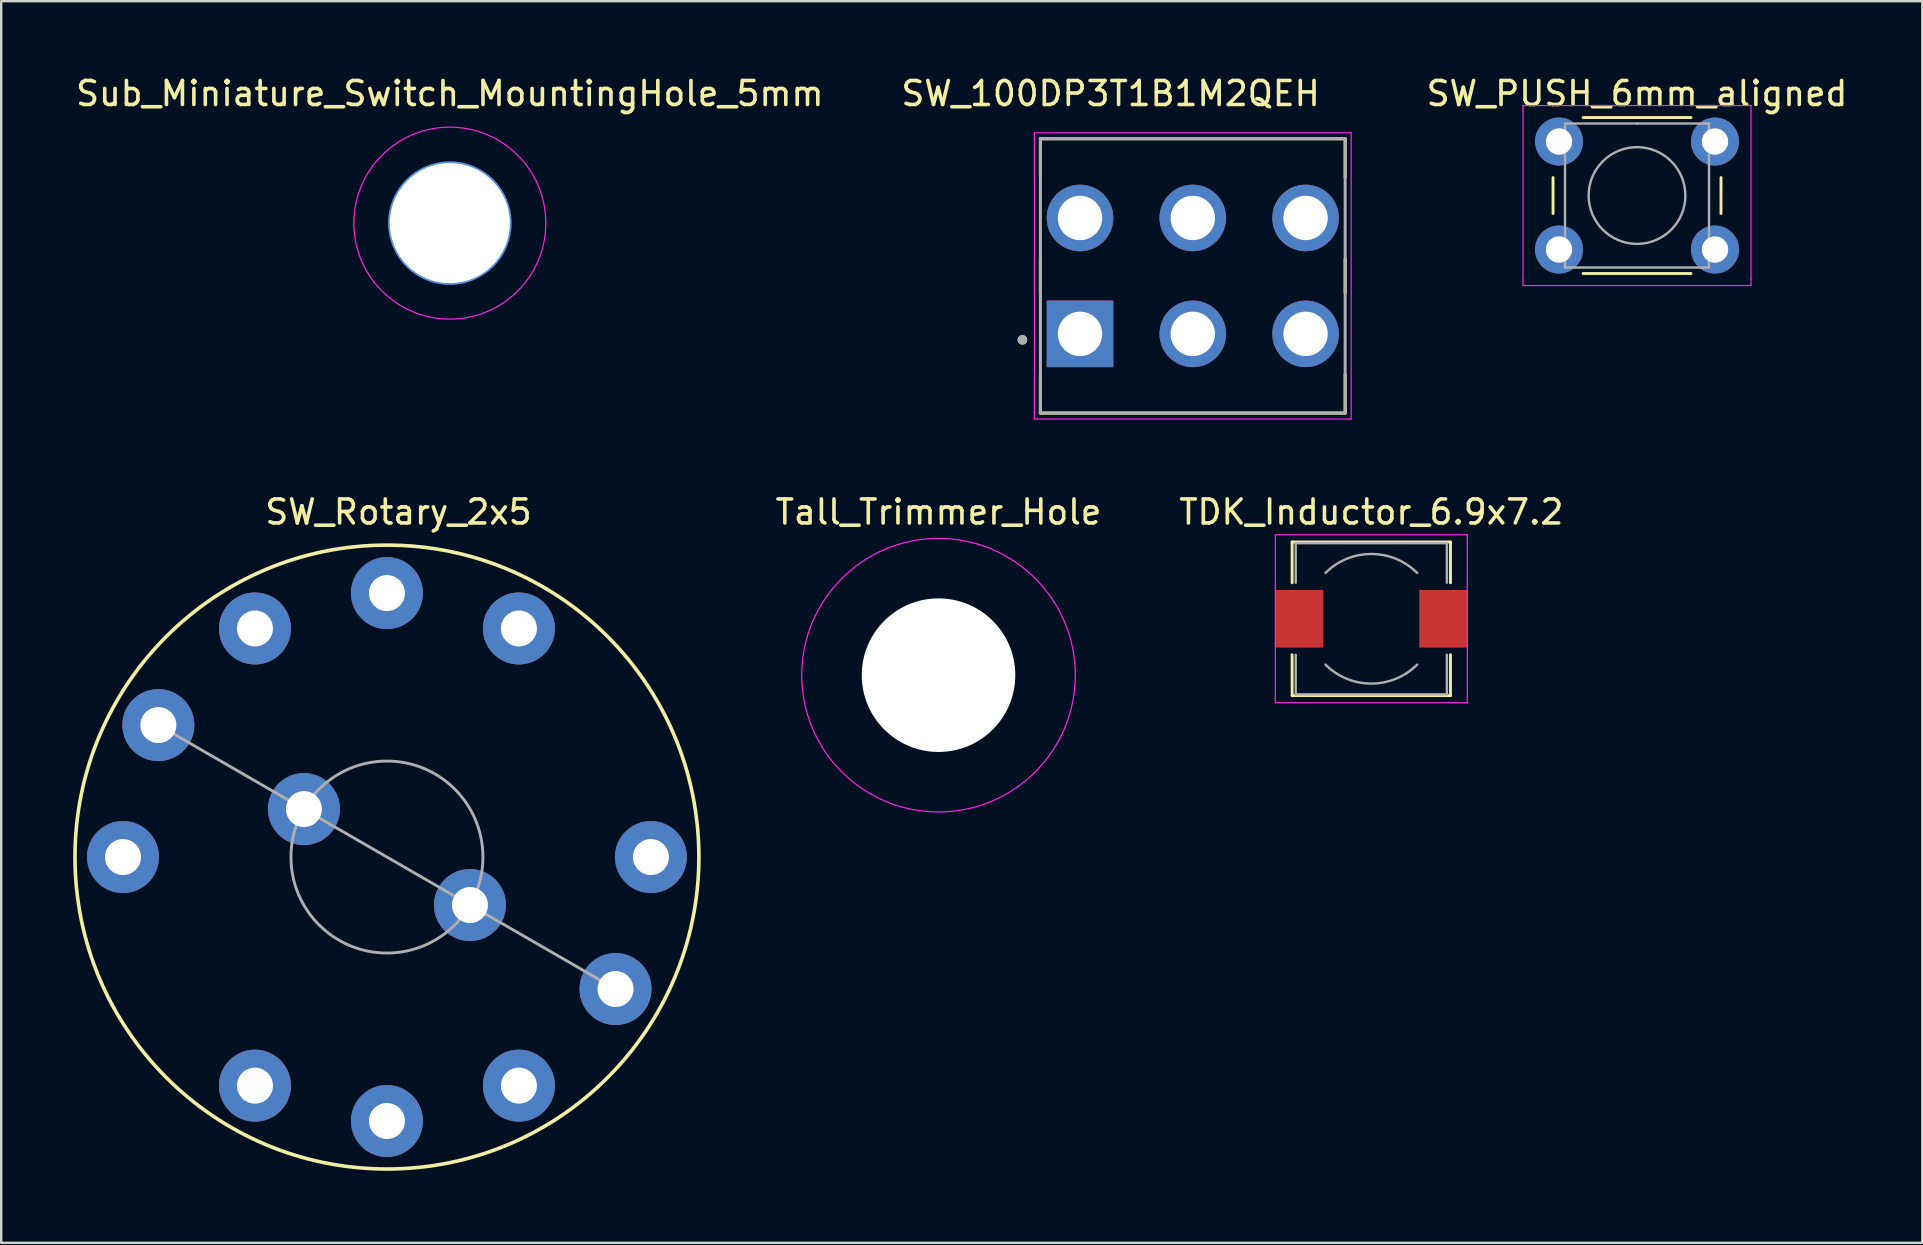
<source format=kicad_pcb>
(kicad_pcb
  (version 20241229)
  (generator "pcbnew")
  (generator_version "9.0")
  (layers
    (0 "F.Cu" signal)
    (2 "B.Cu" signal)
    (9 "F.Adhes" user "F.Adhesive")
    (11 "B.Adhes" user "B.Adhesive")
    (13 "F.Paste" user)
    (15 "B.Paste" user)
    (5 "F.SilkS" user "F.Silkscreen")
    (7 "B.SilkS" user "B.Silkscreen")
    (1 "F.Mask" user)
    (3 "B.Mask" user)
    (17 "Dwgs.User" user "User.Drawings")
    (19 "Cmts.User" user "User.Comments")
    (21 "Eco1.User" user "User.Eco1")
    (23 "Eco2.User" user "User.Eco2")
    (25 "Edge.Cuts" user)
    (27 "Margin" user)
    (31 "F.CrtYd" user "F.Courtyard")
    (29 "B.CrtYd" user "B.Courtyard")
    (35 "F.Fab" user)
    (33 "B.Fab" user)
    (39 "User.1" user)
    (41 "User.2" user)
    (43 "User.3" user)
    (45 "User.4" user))
  (footprint "SW_PUSH_6mm_aligned"
    (layer "F.Cu")
    (at 65.169 5.098)
    (property "Reference" "SW_PUSH_6mm_aligned" (at 0 -4.25 0) (layer "F.SilkS") (effects (font (size 1 1) (thickness 0.15))))
    (attr through_hole)
    (fp_line (start -3.5 -0.75) (end -3.5 0.75) (stroke (width 0.12) (type solid)) (layer "F.SilkS"))
    (fp_line (start -2.25 3.25) (end 2.25 3.25) (stroke (width 0.12) (type solid)) (layer "F.SilkS"))
    (fp_line (start 2.25 -3.25) (end -2.25 -3.25) (stroke (width 0.12) (type solid)) (layer "F.SilkS"))
    (fp_line (start 3.5 0.75) (end 3.5 -0.75) (stroke (width 0.12) (type solid)) (layer "F.SilkS"))
    (fp_line (start -4.75 -3.75) (end -4.5 -3.75) (stroke (width 0.05) (type solid)) (layer "F.CrtYd"))
    (fp_line (start -4.75 -3.5) (end -4.75 -3.75) (stroke (width 0.05) (type solid)) (layer "F.CrtYd"))
    (fp_line (start -4.75 3.5) (end -4.75 -3.5) (stroke (width 0.05) (type solid)) (layer "F.CrtYd"))
    (fp_line (start -4.75 3.5) (end -4.75 3.75) (stroke (width 0.05) (type solid)) (layer "F.CrtYd"))
    (fp_line (start -4.75 3.75) (end -4.5 3.75) (stroke (width 0.05) (type solid)) (layer "F.CrtYd"))
    (fp_line (start -4.5 -3.75) (end 4.5 -3.75) (stroke (width 0.05) (type solid)) (layer "F.CrtYd"))
    (fp_line (start 4.5 -3.75) (end 4.75 -3.75) (stroke (width 0.05) (type solid)) (layer "F.CrtYd"))
    (fp_line (start 4.5 3.75) (end -4.5 3.75) (stroke (width 0.05) (type solid)) (layer "F.CrtYd"))
    (fp_line (start 4.5 3.75) (end 4.75 3.75) (stroke (width 0.05) (type solid)) (layer "F.CrtYd"))
    (fp_line (start 4.75 -3.75) (end 4.75 -3.5) (stroke (width 0.05) (type solid)) (layer "F.CrtYd"))
    (fp_line (start 4.75 -3.5) (end 4.75 3.5) (stroke (width 0.05) (type solid)) (layer "F.CrtYd"))
    (fp_line (start 4.75 3.75) (end 4.75 3.5) (stroke (width 0.05) (type solid)) (layer "F.CrtYd"))
    (fp_line (start -3 -3) (end 0 -3) (stroke (width 0.1) (type solid)) (layer "F.Fab"))
    (fp_line (start -3 3) (end -3 -3) (stroke (width 0.1) (type solid)) (layer "F.Fab"))
    (fp_line (start 0 -3) (end 3 -3) (stroke (width 0.1) (type solid)) (layer "F.Fab"))
    (fp_line (start 3 -3) (end 3 3) (stroke (width 0.1) (type solid)) (layer "F.Fab"))
    (fp_line (start 3 3) (end -3 3) (stroke (width 0.1) (type solid)) (layer "F.Fab"))
    (fp_circle (center 0 0) (end -2 0.25) (stroke (width 0.1) (type solid)) (fill no) (layer "F.Fab"))
    (pad "1" thru_hole circle (at -3.25 -2.25 90) (size 2 2) (drill 1.1) (layers "*.Cu" "*.Mask"))
    (pad "1" thru_hole circle (at 3.25 -2.25 90) (size 2 2) (drill 1.1) (layers "*.Cu" "*.Mask"))
    (pad "2" thru_hole circle (at -3.25 2.25 90) (size 2 2) (drill 1.1) (layers "*.Cu" "*.Mask"))
    (pad "2" thru_hole circle (at 3.25 2.25 90) (size 2 2) (drill 1.1) (layers "*.Cu" "*.Mask")))
  (footprint "TDK_Inductor_6.9x7.2"
    (layer "F.Cu")
    (at 54.096 22.736)
    (property "Reference" "TDK_Inductor_6.9x7.2" (at 0 -4.45 0) (layer "F.SilkS") (effects (font (size 1 1) (thickness 0.15))))
    (attr smd)
    (fp_line (start -3.3 -3.2) (end 3.3 -3.2) (stroke (width 0.12) (type solid)) (layer "F.SilkS"))
    (fp_line (start -3.3 -1.5) (end -3.3 -3.2) (stroke (width 0.12) (type solid)) (layer "F.SilkS"))
    (fp_line (start -3.3 3.2) (end -3.3 1.5) (stroke (width 0.12) (type solid)) (layer "F.SilkS"))
    (fp_line (start 3.3 -3.2) (end 3.3 -1.5) (stroke (width 0.12) (type solid)) (layer "F.SilkS"))
    (fp_line (start 3.3 1.5) (end 3.3 3.2) (stroke (width 0.12) (type solid)) (layer "F.SilkS"))
    (fp_line (start 3.3 3.2) (end -3.3 3.2) (stroke (width 0.12) (type solid)) (layer "F.SilkS"))
    (fp_line (start -4 -3.5) (end -4 3.5) (stroke (width 0.05) (type solid)) (layer "F.CrtYd"))
    (fp_line (start -4 3.5) (end 4 3.5) (stroke (width 0.05) (type solid)) (layer "F.CrtYd"))
    (fp_line (start 4 -3.5) (end -4 -3.5) (stroke (width 0.05) (type solid)) (layer "F.CrtYd"))
    (fp_line (start 4 3.5) (end 4 -3.5) (stroke (width 0.05) (type solid)) (layer "F.CrtYd"))
    (fp_line (start -3.15 -3.15) (end -3.15 -1.5) (stroke (width 0.1) (type solid)) (layer "F.Fab"))
    (fp_line (start -3.15 -3.15) (end 3.15 -3.15) (stroke (width 0.1) (type solid)) (layer "F.Fab"))
    (fp_line (start -3.15 3.15) (end -3.15 1.5) (stroke (width 0.1) (type solid)) (layer "F.Fab"))
    (fp_line (start -3.15 3.15) (end 3.15 3.15) (stroke (width 0.1) (type solid)) (layer "F.Fab"))
    (fp_line (start 3.15 -3.15) (end 3.15 -1.5) (stroke (width 0.1) (type solid)) (layer "F.Fab"))
    (fp_line (start 3.15 3.15) (end 3.15 1.5) (stroke (width 0.1) (type solid)) (layer "F.Fab"))
    (fp_arc (start -1.91 -1.91) (mid 0 -2.701148) (end 1.91 -1.91) (stroke (width 0.1) (type solid)) (layer "F.Fab"))
    (fp_arc (start 1.91 1.91) (mid 0 2.701148) (end -1.91 1.91) (stroke (width 0.1) (type solid)) (layer "F.Fab"))
    (pad "1" smd rect (at -3 0) (size 2 2.4) (layers "F.Cu" "F.Mask" "F.Paste"))
    (pad "2" smd rect (at 3 0) (size 2 2.4) (layers "F.Cu" "F.Mask" "F.Paste")))
  (footprint "Tall_Trimmer_Hole"
    (layer "F.Cu")
    (at 36.061 25.087)
    (property "Reference" "Tall_Trimmer_Hole" (at 0 -6.8 0) (layer "F.SilkS") (effects (font (size 1 1) (thickness 0.15))))
    (attr through_hole)
    (fp_circle (center 0 0) (end 5.7 0) (stroke (width 0.05) (type solid)) (fill no) (layer "F.CrtYd"))
    (pad "" np_thru_hole circle (at 0 0) (size 6.4 6.4) (drill 6.4) (layers "*.Cu" "*.Mask")))
  (footprint "SW_Rotary_2x5"
    (layer "F.Cu")
    (at 2.075 32.666)
    (property "Reference" "SW_Rotary_2x5" (at 11.48 -14.38 0) (layer "F.SilkS") (effects (font (size 1 1) (thickness 0.15))))
    (attr through_hole)
    (fp_circle (center 11 0) (end 24 0) (stroke (width 0.15) (type solid)) (fill no) (layer "F.SilkS"))
    (fp_line (start 1.474 -5.5) (end 20.526 5.5) (stroke (width 0.12) (type solid)) (layer "F.Fab"))
    (fp_circle (center 11 0) (end 15 0) (stroke (width 0.12) (type solid)) (fill no) (layer "F.Fab"))
    (pad "1" thru_hole circle (at 0 0) (size 3 3) (drill 1.5) (layers "*.Cu" "*.Mask"))
    (pad "2" thru_hole circle (at 1.474 -5.5) (size 3 3) (drill 1.5) (layers "*.Cu" "*.Mask"))
    (pad "3" thru_hole circle (at 5.5 -9.526) (size 3 3) (drill 1.5) (layers "*.Cu" "*.Mask"))
    (pad "4" thru_hole circle (at 11 -11) (size 3 3) (drill 1.5) (layers "*.Cu" "*.Mask"))
    (pad "5" thru_hole circle (at 16.5 -9.526) (size 3 3) (drill 1.5) (layers "*.Cu" "*.Mask"))
    (pad "7" thru_hole circle (at 22 0) (size 3 3) (drill 1.5) (layers "*.Cu" "*.Mask"))
    (pad "8" thru_hole circle (at 20.526 5.5) (size 3 3) (drill 1.5) (layers "*.Cu" "*.Mask"))
    (pad "9" thru_hole circle (at 16.5 9.526) (size 3 3) (drill 1.5) (layers "*.Cu" "*.Mask"))
    (pad "10" thru_hole circle (at 11 11) (size 3 3) (drill 1.5) (layers "*.Cu" "*.Mask"))
    (pad "11" thru_hole circle (at 5.5 9.526) (size 3 3) (drill 1.5) (layers "*.Cu" "*.Mask"))
    (pad "A" thru_hole circle (at 7.54 -2) (size 3 3) (drill 1.5) (layers "*.Cu" "*.Mask"))
    (pad "C" thru_hole circle (at 14.46 2) (size 3 3) (drill 1.5) (layers "*.Cu" "*.Mask")))
  (footprint "Sub_Miniature_Switch_MountingHole_5mm"
    (layer "F.Cu")
    (at 15.696 6.248)
    (property "Reference" "Sub_Miniature_Switch_MountingHole_5mm" (at 0 -5.4 0) (layer "F.SilkS") (effects (font (size 1 1) (thickness 0.15))))
    (attr through_hole)
    (fp_circle (center 0 0) (end 2.5 0) (stroke (width 0.15) (type solid)) (fill no) (layer "Cmts.User"))
    (fp_circle (center 0 0) (end 4 0) (stroke (width 0.05) (type solid)) (fill no) (layer "F.CrtYd"))
    (pad "" np_thru_hole circle (at 0 0) (size 5 5) (drill 5) (layers "*.Cu" "*.Mask")))
  (footprint "SW_100DP3T1B1M2QEH"
    (layer "F.Cu")
    (at 46.657 8.448)
    (property "Reference" "SW_100DP3T1B1M2QEH" (at -3.425 -7.6 0) (layer "F.SilkS") (effects (font (size 1 1) (thickness 0.15))))
    (attr through_hole)
    (fp_line (start -6.35 -5.715) (end 6.35 -5.715) (stroke (width 0.127) (type solid)) (layer "F.SilkS"))
    (fp_line (start -6.35 -4.122) (end -6.35 -5.715) (stroke (width 0.127) (type solid)) (layer "F.SilkS"))
    (fp_line (start -6.35 -0.708) (end -6.35 0.708) (stroke (width 0.127) (type solid)) (layer "F.SilkS"))
    (fp_line (start -6.35 5.715) (end -6.35 4.122) (stroke (width 0.127) (type solid)) (layer "F.SilkS"))
    (fp_line (start 6.35 -5.715) (end 6.35 -4.122) (stroke (width 0.127) (type solid)) (layer "F.SilkS"))
    (fp_line (start 6.35 -0.708) (end 6.35 0.708) (stroke (width 0.127) (type solid)) (layer "F.SilkS"))
    (fp_line (start 6.35 5.715) (end -6.35 5.715) (stroke (width 0.127) (type solid)) (layer "F.SilkS"))
    (fp_line (start 6.35 5.715) (end 6.35 4.122) (stroke (width 0.127) (type solid)) (layer "F.SilkS"))
    (fp_circle (center -7.1 2.665) (end -7 2.665) (stroke (width 0.2) (type solid)) (fill no) (layer "F.SilkS"))
    (fp_line (start -6.6 -5.965) (end -6.6 5.965) (stroke (width 0.05) (type solid)) (layer "F.CrtYd"))
    (fp_line (start -6.6 5.965) (end 6.6 5.965) (stroke (width 0.05) (type solid)) (layer "F.CrtYd"))
    (fp_line (start 6.6 -5.965) (end -6.6 -5.965) (stroke (width 0.05) (type solid)) (layer "F.CrtYd"))
    (fp_line (start 6.6 5.965) (end 6.6 -5.965) (stroke (width 0.05) (type solid)) (layer "F.CrtYd"))
    (fp_line (start -6.35 -5.715) (end 6.35 -5.715) (stroke (width 0.127) (type solid)) (layer "F.Fab"))
    (fp_line (start -6.35 5.715) (end -6.35 -5.715) (stroke (width 0.127) (type solid)) (layer "F.Fab"))
    (fp_line (start 6.35 -5.715) (end 6.35 5.715) (stroke (width 0.127) (type solid)) (layer "F.Fab"))
    (fp_line (start 6.35 5.715) (end -6.35 5.715) (stroke (width 0.127) (type solid)) (layer "F.Fab"))
    (fp_circle (center -7.1 2.665) (end -7 2.665) (stroke (width 0.2) (type solid)) (fill no) (layer "F.Fab"))
    (pad "1" thru_hole rect (at -4.7 2.415) (size 2.775 2.775) (drill 1.85) (layers "*.Cu" "*.Mask"))
    (pad "2" thru_hole circle (at 0 2.415) (size 2.775 2.775) (drill 1.85) (layers "*.Cu" "*.Mask"))
    (pad "3" thru_hole circle (at 4.7 2.415) (size 2.775 2.775) (drill 1.85) (layers "*.Cu" "*.Mask"))
    (pad "4" thru_hole circle (at -4.7 -2.415) (size 2.775 2.775) (drill 1.85) (layers "*.Cu" "*.Mask"))
    (pad "5" thru_hole circle (at 0 -2.415) (size 2.775 2.775) (drill 1.85) (layers "*.Cu" "*.Mask"))
    (pad "6" thru_hole circle (at 4.7 -2.415) (size 2.775 2.775) (drill 1.85) (layers "*.Cu" "*.Mask")))
  (gr_rect
    (start -3 -3)
    (end 77.056 48.742)
    (stroke (width 0.1) (type default))
    (fill no)
    (layer "Edge.Cuts")))
</source>
